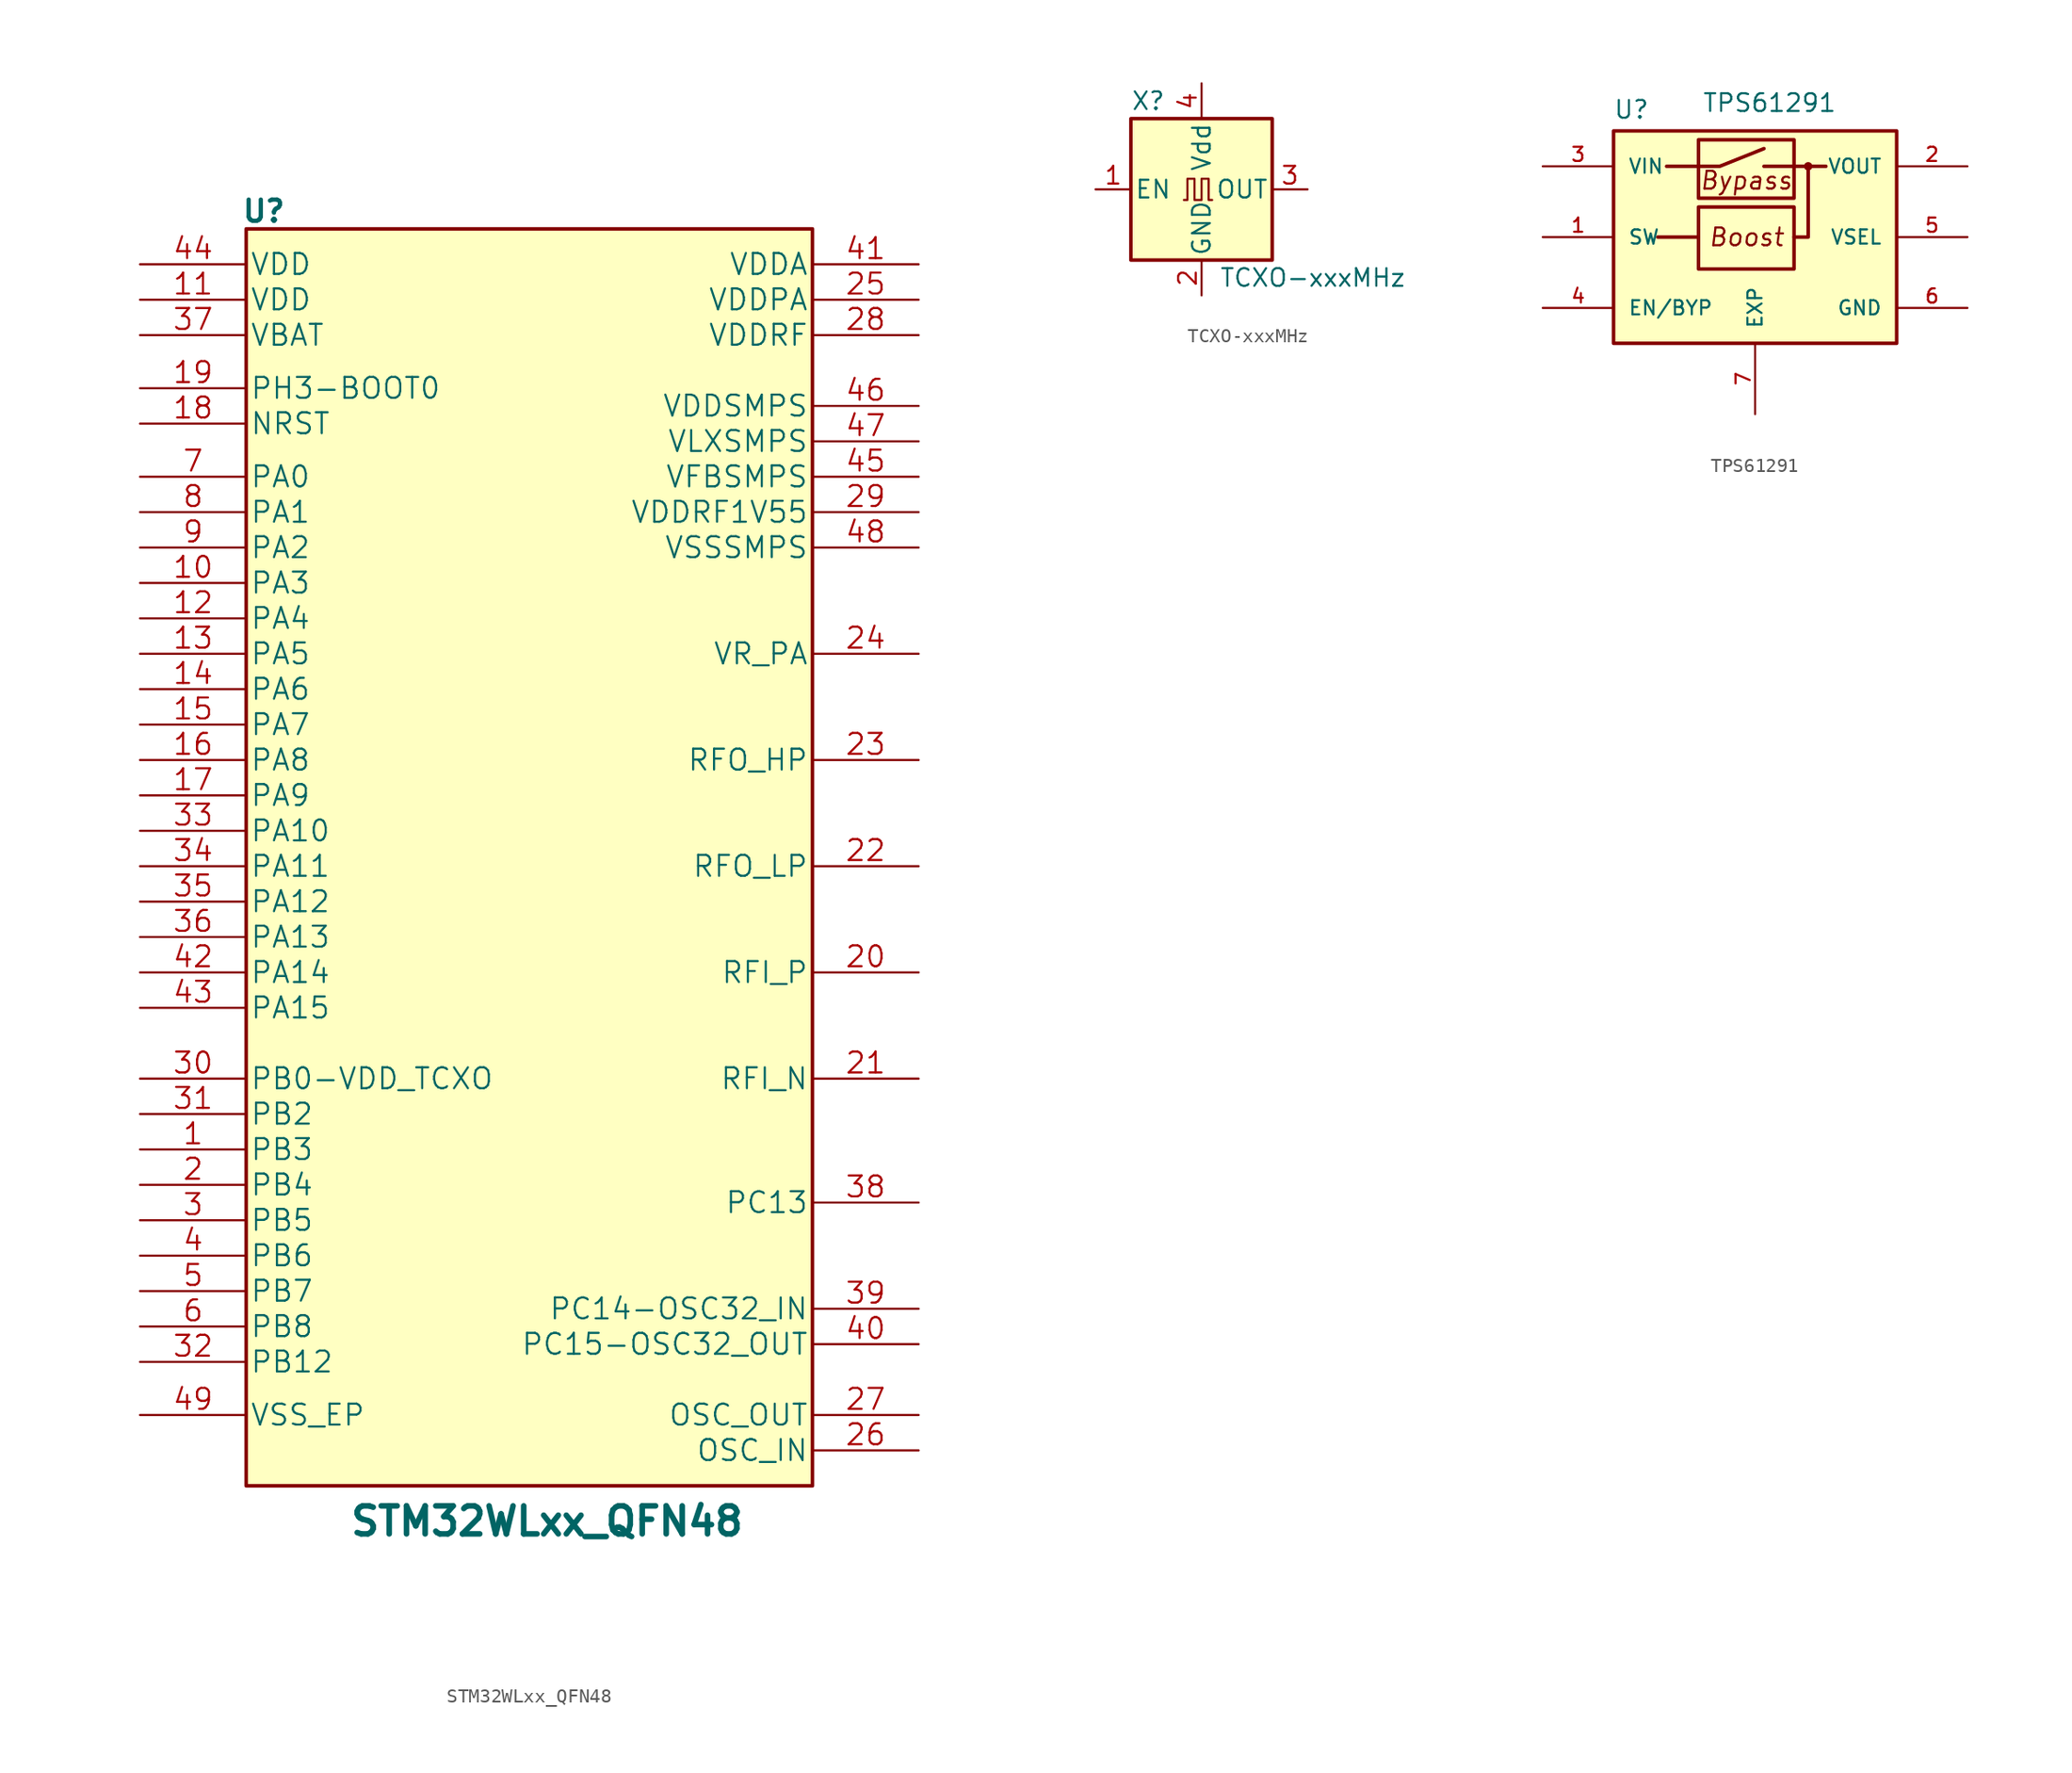
<source format=kicad_sym>
(kicad_symbol_lib
  (version 20211014)
  (generator kicad_symbol_editor)
  (symbol "STM32WLxx_QFN48"
    (pin_names
      (offset 0.254))
    (property "Reference" "U"
      (at 1.27 1.27 0)
      (effects (font (size 1.524 1.524) bold)))
    (property "Value" "STM32WLxx_QFN48"
      (at 21.59 -92.71 0)
      (effects (font (size 2.007 2.007) bold)))
    (symbol "STM32WLxx_QFN48_1_0"
      (rectangle (start 0 0) (end 40.64 -90.17) (stroke (width 0.254) (type default) (color 0 0 0 0)) (fill (type background)))
      (pin bidirectional line (at -7.62 -66.04 0) (length 7.62) (name "PB3" (effects (font (size 1.499 1.499)))) (number "1" (effects (font (size 1.499 1.499)))))
      (pin bidirectional line (at -7.62 -25.4 0) (length 7.62) (name "PA3" (effects (font (size 1.499 1.499)))) (number "10" (effects (font (size 1.499 1.499)))))
      (pin bidirectional line (at -7.62 -27.94 0) (length 7.62) (name "PA4" (effects (font (size 1.499 1.499)))) (number "12" (effects (font (size 1.499 1.499)))))
      (pin bidirectional line (at -7.62 -30.48 0) (length 7.62) (name "PA5" (effects (font (size 1.499 1.499)))) (number "13" (effects (font (size 1.499 1.499)))))
      (pin bidirectional line (at -7.62 -33.02 0) (length 7.62) (name "PA6" (effects (font (size 1.499 1.499)))) (number "14" (effects (font (size 1.499 1.499)))))
      (pin bidirectional line (at -7.62 -35.56 0) (length 7.62) (name "PA7" (effects (font (size 1.499 1.499)))) (number "15" (effects (font (size 1.499 1.499)))))
      (pin bidirectional line (at -7.62 -38.1 0) (length 7.62) (name "PA8" (effects (font (size 1.499 1.499)))) (number "16" (effects (font (size 1.499 1.499)))))
      (pin bidirectional line (at -7.62 -40.64 0) (length 7.62) (name "PA9" (effects (font (size 1.499 1.499)))) (number "17" (effects (font (size 1.499 1.499)))))
      (pin bidirectional line (at -7.62 -13.97 0) (length 7.62) (name "NRST" (effects (font (size 1.499 1.499)))) (number "18" (effects (font (size 1.499 1.499)))))
      (pin bidirectional line (at -7.62 -11.43 0) (length 7.62) (name "PH3-BOOT0" (effects (font (size 1.499 1.499)))) (number "19" (effects (font (size 1.499 1.499)))))
      (pin bidirectional line (at -7.62 -68.58 0) (length 7.62) (name "PB4" (effects (font (size 1.499 1.499)))) (number "2" (effects (font (size 1.499 1.499)))))
      (pin input line (at 48.26 -53.34 180) (length 7.62) (name "RFI_P" (effects (font (size 1.499 1.499)))) (number "20" (effects (font (size 1.499 1.499)))))
      (pin input line (at 48.26 -60.96 180) (length 7.62) (name "RFI_N" (effects (font (size 1.499 1.499)))) (number "21" (effects (font (size 1.499 1.499)))))
      (pin output line (at 48.26 -45.72 180) (length 7.62) (name "RFO_LP" (effects (font (size 1.499 1.499)))) (number "22" (effects (font (size 1.499 1.499)))))
      (pin output line (at 48.26 -38.1 180) (length 7.62) (name "RFO_HP" (effects (font (size 1.499 1.499)))) (number "23" (effects (font (size 1.499 1.499)))))
      (pin input line (at 48.26 -87.63 180) (length 7.62) (name "OSC_IN" (effects (font (size 1.499 1.499)))) (number "26" (effects (font (size 1.499 1.499)))))
      (pin output line (at 48.26 -85.09 180) (length 7.62) (name "OSC_OUT" (effects (font (size 1.499 1.499)))) (number "27" (effects (font (size 1.499 1.499)))))
      (pin bidirectional line (at -7.62 -71.12 0) (length 7.62) (name "PB5" (effects (font (size 1.499 1.499)))) (number "3" (effects (font (size 1.499 1.499)))))
      (pin bidirectional line (at -7.62 -60.96 0) (length 7.62) (name "PB0-VDD_TCXO" (effects (font (size 1.499 1.499)))) (number "30" (effects (font (size 1.499 1.499)))))
      (pin bidirectional line (at -7.62 -63.5 0) (length 7.62) (name "PB2" (effects (font (size 1.499 1.499)))) (number "31" (effects (font (size 1.499 1.499)))))
      (pin bidirectional line (at -7.62 -81.28 0) (length 7.62) (name "PB12" (effects (font (size 1.499 1.499)))) (number "32" (effects (font (size 1.499 1.499)))))
      (pin bidirectional line (at -7.62 -43.18 0) (length 7.62) (name "PA10" (effects (font (size 1.499 1.499)))) (number "33" (effects (font (size 1.499 1.499)))))
      (pin bidirectional line (at -7.62 -45.72 0) (length 7.62) (name "PA11" (effects (font (size 1.499 1.499)))) (number "34" (effects (font (size 1.499 1.499)))))
      (pin bidirectional line (at -7.62 -48.26 0) (length 7.62) (name "PA12" (effects (font (size 1.499 1.499)))) (number "35" (effects (font (size 1.499 1.499)))))
      (pin bidirectional line (at -7.62 -50.8 0) (length 7.62) (name "PA13" (effects (font (size 1.499 1.499)))) (number "36" (effects (font (size 1.499 1.499)))))
      (pin bidirectional line (at 48.26 -69.85 180) (length 7.62) (name "PC13" (effects (font (size 1.499 1.499)))) (number "38" (effects (font (size 1.499 1.499)))))
      (pin bidirectional line (at 48.26 -77.47 180) (length 7.62) (name "PC14-OSC32_IN" (effects (font (size 1.499 1.499)))) (number "39" (effects (font (size 1.499 1.499)))))
      (pin bidirectional line (at -7.62 -73.66 0) (length 7.62) (name "PB6" (effects (font (size 1.499 1.499)))) (number "4" (effects (font (size 1.499 1.499)))))
      (pin bidirectional line (at 48.26 -80.01 180) (length 7.62) (name "PC15-OSC32_OUT" (effects (font (size 1.499 1.499)))) (number "40" (effects (font (size 1.499 1.499)))))
      (pin bidirectional line (at -7.62 -53.34 0) (length 7.62) (name "PA14" (effects (font (size 1.499 1.499)))) (number "42" (effects (font (size 1.499 1.499)))))
      (pin bidirectional line (at -7.62 -55.88 0) (length 7.62) (name "PA15" (effects (font (size 1.499 1.499)))) (number "43" (effects (font (size 1.499 1.499)))))
      (pin bidirectional line (at -7.62 -76.2 0) (length 7.62) (name "PB7" (effects (font (size 1.499 1.499)))) (number "5" (effects (font (size 1.499 1.499)))))
      (pin bidirectional line (at -7.62 -78.74 0) (length 7.62) (name "PB8" (effects (font (size 1.499 1.499)))) (number "6" (effects (font (size 1.499 1.499)))))
      (pin bidirectional line (at -7.62 -17.78 0) (length 7.62) (name "PA0" (effects (font (size 1.499 1.499)))) (number "7" (effects (font (size 1.499 1.499)))))
      (pin bidirectional line (at -7.62 -20.32 0) (length 7.62) (name "PA1" (effects (font (size 1.499 1.499)))) (number "8" (effects (font (size 1.499 1.499)))))
      (pin bidirectional line (at -7.62 -22.86 0) (length 7.62) (name "PA2" (effects (font (size 1.499 1.499)))) (number "9" (effects (font (size 1.499 1.499))))))
    (symbol "STM32WLxx_QFN48_1_1"
      (pin power_in line (at -7.62 -5.08 0) (length 7.62) (name "VDD" (effects (font (size 1.499 1.499)))) (number "11" (effects (font (size 1.499 1.499)))))
      (pin output line (at 48.26 -30.48 180) (length 7.62) (name "VR_PA" (effects (font (size 1.499 1.499)))) (number "24" (effects (font (size 1.499 1.499)))))
      (pin passive line (at 48.26 -5.08 180) (length 7.62) (name "VDDPA" (effects (font (size 1.499 1.499)))) (number "25" (effects (font (size 1.499 1.499)))))
      (pin passive line (at 48.26 -7.62 180) (length 7.62) (name "VDDRF" (effects (font (size 1.499 1.499)))) (number "28" (effects (font (size 1.499 1.499)))))
      (pin passive line (at 48.26 -20.32 180) (length 7.62) (name "VDDRF1V55" (effects (font (size 1.499 1.499)))) (number "29" (effects (font (size 1.499 1.499)))))
      (pin power_in line (at -7.62 -7.62 0) (length 7.62) (name "VBAT" (effects (font (size 1.499 1.499)))) (number "37" (effects (font (size 1.499 1.499)))))
      (pin power_in line (at 48.26 -2.54 180) (length 7.62) (name "VDDA" (effects (font (size 1.499 1.499)))) (number "41" (effects (font (size 1.499 1.499)))))
      (pin power_in line (at -7.62 -2.54 0) (length 7.62) (name "VDD" (effects (font (size 1.499 1.499)))) (number "44" (effects (font (size 1.499 1.499)))))
      (pin passive line (at 48.26 -17.78 180) (length 7.62) (name "VFBSMPS" (effects (font (size 1.499 1.499)))) (number "45" (effects (font (size 1.499 1.499)))))
      (pin passive line (at 48.26 -12.7 180) (length 7.62) (name "VDDSMPS" (effects (font (size 1.499 1.499)))) (number "46" (effects (font (size 1.499 1.499)))))
      (pin passive line (at 48.26 -15.24 180) (length 7.62) (name "VLXSMPS" (effects (font (size 1.499 1.499)))) (number "47" (effects (font (size 1.499 1.499)))))
      (pin power_in line (at 48.26 -22.86 180) (length 7.62) (name "VSSSMPS" (effects (font (size 1.499 1.499)))) (number "48" (effects (font (size 1.499 1.499)))))
      (pin power_in line (at -7.62 -85.09 0) (length 7.62) (name "VSS_EP" (effects (font (size 1.499 1.499)))) (number "49" (effects (font (size 1.499 1.499)))))))
  (symbol "TCXO-xxxMHz"
    (pin_names
      (offset 0.254))
    (property "Reference" "X"
      (at -5.08 6.35 0)
      (effects (font (size 1.27 1.27)) (justify left)))
    (property "Value" "TCXO-xxxMHz"
      (at 1.27 -6.35 0)
      (effects (font (size 1.27 1.27)) (justify left)))
    (symbol "TCXO-xxxMHz_0_1"
      (rectangle (start -5.08 5.08) (end 5.08 -5.08) (stroke (width 0.254) (type default) (color 0 0 0 0)) (fill (type background)))
      (polyline (pts (xy -1.27 -0.762) (xy -1.016 -0.762) (xy -1.016 0.762) (xy -0.508 0.762) (xy -0.508 -0.762) (xy 0 -0.762) (xy 0 0.762) (xy 0.508 0.762) (xy 0.508 -0.762) (xy 0.762 -0.762)) (stroke (width 0) (type default) (color 0 0 0 0)) (fill (type none))))
    (symbol "TCXO-xxxMHz_1_1"
      (pin input line (at -7.62 0 0) (length 2.54) (name "EN" (effects (font (size 1.27 1.27)))) (number "1" (effects (font (size 1.27 1.27)))))
      (pin power_in line (at 0 -7.62 90) (length 2.54) (name "GND" (effects (font (size 1.27 1.27)))) (number "2" (effects (font (size 1.27 1.27)))))
      (pin output line (at 7.62 0 180) (length 2.54) (name "OUT" (effects (font (size 1.27 1.27)))) (number "3" (effects (font (size 1.27 1.27)))))
      (pin passive line (at 0 7.62 270) (length 2.54) (name "Vdd" (effects (font (size 1.27 1.27)))) (number "4" (effects (font (size 1.27 1.27)))))))
  (symbol "TPS61291"
    (pin_names
      (offset 1.016))
    (property "Reference" "U"
      (at -10.185 8.407 0)
      (effects (font (size 1.27 1.27)) (justify left bottom)))
    (property "Value" "TPS61291"
      (at -3.81 8.89 0)
      (effects (font (size 1.27 1.27)) (justify left bottom)))
    (property "ki_locked" ""
      (at 0 0 0)
      (effects (font (size 1.27 1.27))))
    (symbol "TPS61291_0_0"
      (rectangle (start -10.16 7.62) (end 10.16 -7.62) (stroke (width 0.254) (type default) (color 0 0 0 0)) (fill (type background)))
      (rectangle (start -4.064 2.159) (end 2.794 -2.286) (stroke (width 0.254) (type default) (color 0 0 0 0)) (fill (type none)))
      (rectangle (start -4.064 6.985) (end 2.794 2.794) (stroke (width 0.254) (type default) (color 0 0 0 0)) (fill (type none)))
      (polyline (pts (xy -6.985 0) (xy -4.064 0)) (stroke (width 0.254) (type default) (color 0 0 0 0)) (fill (type none)))
      (polyline (pts (xy 0.635 5.08) (xy 5.08 5.08)) (stroke (width 0.254) (type default) (color 0 0 0 0)) (fill (type none)))
      (polyline (pts (xy -6.35 5.08) (xy -2.54 5.08) (xy 0.635 6.35)) (stroke (width 0.254) (type default) (color 0 0 0 0)) (fill (type none)))
      (polyline (pts (xy 2.794 0) (xy 3.81 0) (xy 3.81 5.08)) (stroke (width 0.254) (type default) (color 0 0 0 0)) (fill (type none)))
      (circle (center 3.81 5.08) (radius 0.178) (stroke (width 0.254) (type default) (color 0 0 0 0)) (fill (type none)))
      (text "Boost" (at -0.635 0 0) (effects (font (size 1.27 1.27) italic)))
      (text "Bypass" (at -0.635 4.064 0) (effects (font (size 1.27 1.27) italic)))
      (pin input line (at -15.24 0 0) (length 5.08) (name "SW" (effects (font (size 1.016 1.016)))) (number "1" (effects (font (size 1.016 1.016)))))
      (pin output line (at 15.24 5.08 180) (length 5.08) (name "VOUT" (effects (font (size 1.016 1.016)))) (number "2" (effects (font (size 1.016 1.016)))))
      (pin power_in line (at -15.24 5.08 0) (length 5.08) (name "VIN" (effects (font (size 1.016 1.016)))) (number "3" (effects (font (size 1.016 1.016)))))
      (pin input line (at -15.24 -5.08 0) (length 5.08) (name "EN/BYP" (effects (font (size 1.016 1.016)))) (number "4" (effects (font (size 1.016 1.016)))))
      (pin input line (at 15.24 0 180) (length 5.08) (name "VSEL" (effects (font (size 1.016 1.016)))) (number "5" (effects (font (size 1.016 1.016)))))
      (pin power_in line (at 15.24 -5.08 180) (length 5.08) (name "GND" (effects (font (size 1.016 1.016)))) (number "6" (effects (font (size 1.016 1.016)))))
      (pin power_in line (at 0 -12.7 90) (length 5.08) (name "EXP" (effects (font (size 1.016 1.016)))) (number "7" (effects (font (size 1.016 1.016))))))))
</source>
